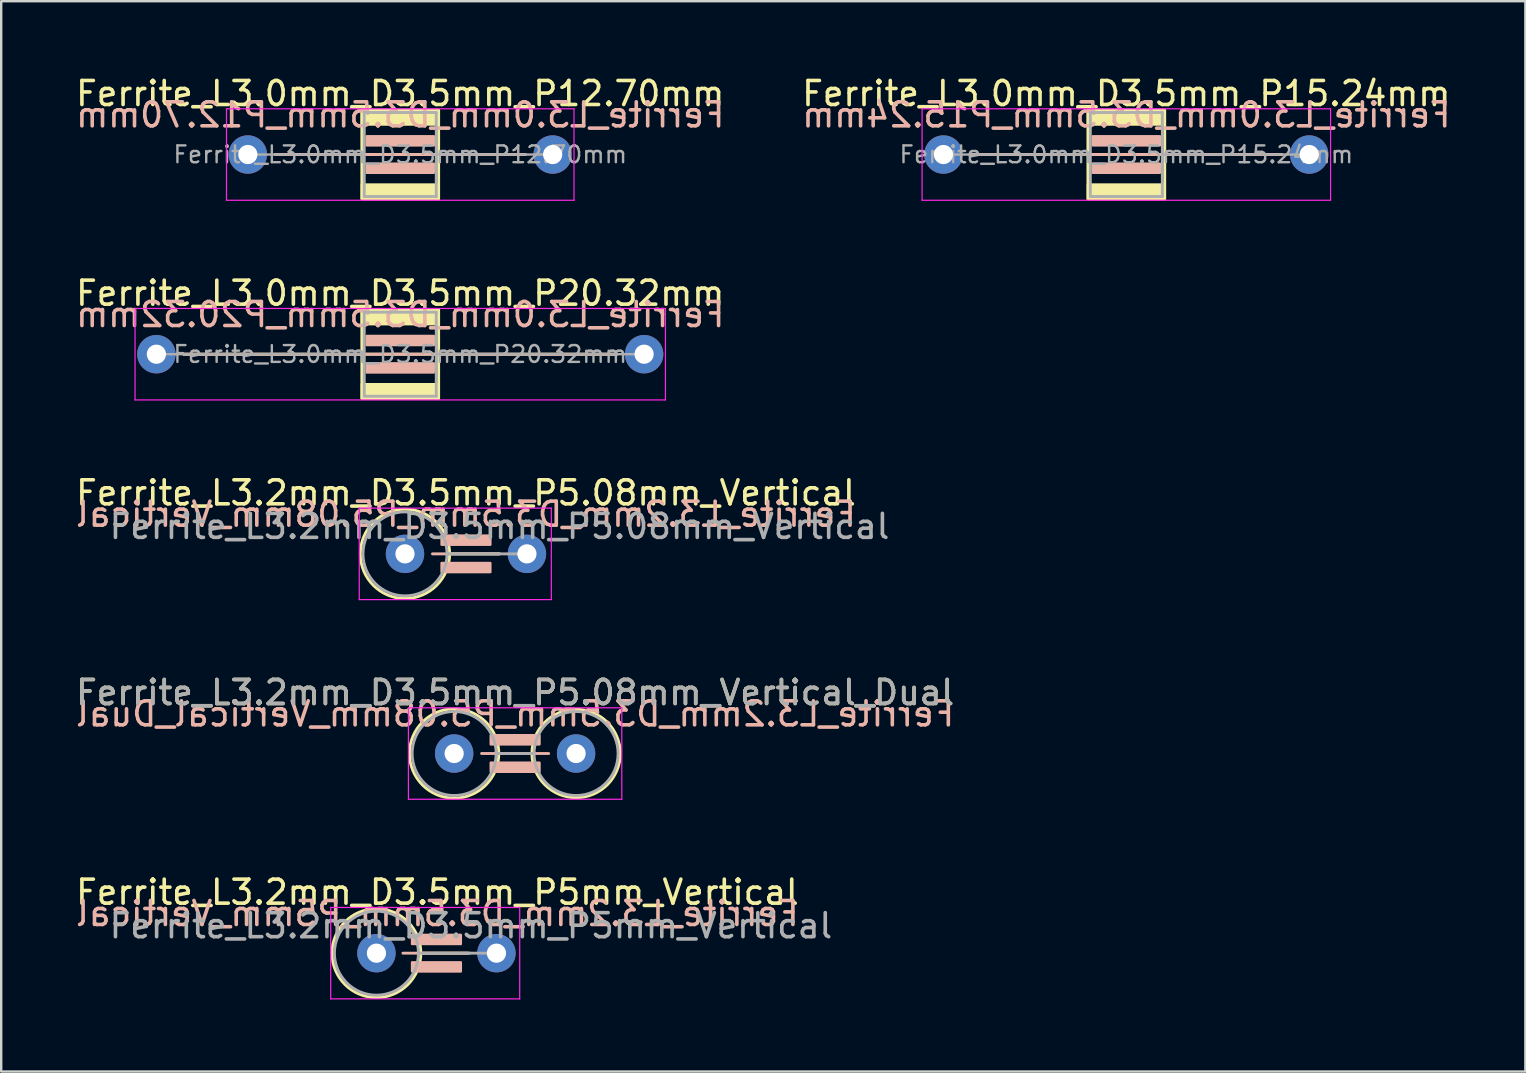
<source format=kicad_pcb>
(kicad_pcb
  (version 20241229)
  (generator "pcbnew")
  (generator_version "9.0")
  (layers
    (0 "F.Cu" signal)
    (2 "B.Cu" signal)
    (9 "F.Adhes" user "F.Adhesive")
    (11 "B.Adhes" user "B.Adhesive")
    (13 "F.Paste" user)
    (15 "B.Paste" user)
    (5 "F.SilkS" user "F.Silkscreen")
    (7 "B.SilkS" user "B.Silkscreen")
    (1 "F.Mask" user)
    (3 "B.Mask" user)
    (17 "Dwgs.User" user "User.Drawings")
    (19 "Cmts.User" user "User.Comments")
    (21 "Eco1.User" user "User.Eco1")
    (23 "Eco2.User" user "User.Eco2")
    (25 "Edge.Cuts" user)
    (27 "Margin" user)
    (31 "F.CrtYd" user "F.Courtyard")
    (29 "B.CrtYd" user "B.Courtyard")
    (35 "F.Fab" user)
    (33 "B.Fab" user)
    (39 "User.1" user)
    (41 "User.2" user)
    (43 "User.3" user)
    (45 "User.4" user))
  (footprint "Ferrite_L3.2mm_D3.5mm_P5.08mm_Vertical"
    (layer "F.Cu")
    (at 13.823 20.025)
    (property "Reference" "Ferrite_L3.2mm_D3.5mm_P5.08mm_Vertical" (at 2.54 -2.54 0) (layer "F.SilkS") (effects (font (size 1 1) (thickness 0.15))))
    (fp_line (start 1.86 0) (end 3.937 0) (stroke (width 0.12) (type solid)) (layer "F.SilkS"))
    (fp_circle (center 0 0) (end -1.86 0) (stroke (width 0.12) (type solid)) (fill no) (layer "F.SilkS"))
    (fp_line (start 3.937 0) (end 1.143 0) (stroke (width 0.12) (type solid)) (layer "B.SilkS"))
    (fp_rect (start 1.524 -0.762) (end 3.556 -0.381) (stroke (width 0.1) (type solid)) (fill yes) (layer "B.SilkS"))
    (fp_rect (start 1.524 0.381) (end 3.556 0.762) (stroke (width 0.1) (type solid)) (fill yes) (layer "B.SilkS"))
    (fp_line (start -1.905 -1.905) (end 6.096 -1.905) (stroke (width 0.05) (type solid)) (layer "F.CrtYd"))
    (fp_line (start -1.905 1.905) (end -1.905 -1.905) (stroke (width 0.05) (type solid)) (layer "F.CrtYd"))
    (fp_line (start 6.096 -1.905) (end 6.096 1.905) (stroke (width 0.05) (type solid)) (layer "F.CrtYd"))
    (fp_line (start 6.096 1.905) (end -1.905 1.905) (stroke (width 0.05) (type solid)) (layer "F.CrtYd"))
    (fp_line (start 1.75 0) (end 5.08 0) (stroke (width 0.12) (type solid)) (layer "F.Fab"))
    (fp_circle (center 0 0) (end -1.75 0) (stroke (width 0.12) (type solid)) (fill no) (layer "F.Fab"))
    (fp_text user "${REFERENCE}" (at 2.54 -1.651 0) (layer "B.SilkS") (effects (font (size 1 1) (thickness 0.15)) (justify mirror)))
    (fp_text user "${REFERENCE}" (at 3.937 -1.143 0) (layer "F.Fab") (effects (font (size 1 1) (thickness 0.15))))
    (pad "1" thru_hole circle (at 0 0) (size 1.6 1.6) (drill 0.8) (layers "*.Cu" "*.Mask"))
    (pad "2" thru_hole circle (at 5.08 0) (size 1.6 1.6) (drill 0.8) (layers "*.Cu" "*.Mask")))
  (footprint "Ferrite_L3.2mm_D3.5mm_P5.08mm_Vertical_Dual"
    (layer "F.Cu")
    (at 15.871 28.343)
    (property "Reference" "Ferrite_L3.2mm_D3.5mm_P5.08mm_Vertical_Dual" (at 2.54 -2.54 0) (layer "F.SilkS") (effects (font (size 1 1) (thickness 0.15))))
    (fp_line (start 1.86 0) (end 3.24 0) (stroke (width 0.12) (type solid)) (layer "F.SilkS"))
    (fp_circle (center 0 0) (end -1.86 0) (stroke (width 0.12) (type solid)) (fill no) (layer "F.SilkS"))
    (fp_circle (center 5.08 0) (end 3.24 0) (stroke (width 0.12) (type solid)) (fill no) (layer "F.SilkS"))
    (fp_line (start 3.937 0) (end 1.143 0) (stroke (width 0.12) (type solid)) (layer "B.SilkS"))
    (fp_rect (start 1.524 -0.762) (end 3.556 -0.381) (stroke (width 0.1) (type solid)) (fill yes) (layer "B.SilkS"))
    (fp_rect (start 1.524 0.381) (end 3.556 0.762) (stroke (width 0.1) (type solid)) (fill yes) (layer "B.SilkS"))
    (fp_line (start -1.905 -1.905) (end 6.985 -1.905) (stroke (width 0.05) (type solid)) (layer "F.CrtYd"))
    (fp_line (start -1.905 1.905) (end -1.905 -1.905) (stroke (width 0.05) (type solid)) (layer "F.CrtYd"))
    (fp_line (start 6.985 -1.905) (end 6.985 1.905) (stroke (width 0.05) (type solid)) (layer "F.CrtYd"))
    (fp_line (start 6.985 1.905) (end -1.905 1.905) (stroke (width 0.05) (type solid)) (layer "F.CrtYd"))
    (fp_line (start 1.75 0) (end 3.33 0) (stroke (width 0.12) (type solid)) (layer "F.Fab"))
    (fp_circle (center 0 0) (end -1.75 0) (stroke (width 0.12) (type solid)) (fill no) (layer "F.Fab"))
    (fp_circle (center 5.08 0) (end 3.33 0) (stroke (width 0.12) (type solid)) (fill no) (layer "F.Fab"))
    (fp_text user "${REFERENCE}" (at 2.54 -1.651 0) (layer "B.SilkS") (effects (font (size 1 1) (thickness 0.15)) (justify mirror)))
    (fp_text user "${REFERENCE}" (at 2.54 -2.539 0) (layer "F.Fab") (effects (font (size 1 1) (thickness 0.15))))
    (pad "1" thru_hole circle (at 0 0) (size 1.6 1.6) (drill 0.8) (layers "*.Cu" "*.Mask"))
    (pad "2" thru_hole circle (at 5.08 0) (size 1.6 1.6) (drill 0.8) (layers "*.Cu" "*.Mask")))
  (footprint "Ferrite_L3.0mm_D3.5mm_P12.70mm"
    (layer "F.Cu")
    (at 7.275 3.388)
    (property "Reference" "Ferrite_L3.0mm_D3.5mm_P12.70mm" (at 6.35 -2.54 0) (layer "F.SilkS") (effects (font (size 1 1) (thickness 0.15))))
    (fp_line (start 11.557 0) (end 1.143 0) (stroke (width 0.12) (type solid)) (layer "F.SilkS"))
    (fp_rect (start 4.75 -1.85) (end 7.95 1.85) (stroke (width 0.12) (type solid)) (fill no) (layer "F.SilkS"))
    (fp_poly (pts (xy 7.95 -1.25) (xy 4.75 -1.25) (xy 4.75 -1.85) (xy 7.95 -1.85)) (stroke (width 0.1) (type solid)) (fill yes) (layer "F.SilkS"))
    (fp_poly (pts (xy 7.95 1.85) (xy 4.75 1.85) (xy 4.75 1.25) (xy 7.95 1.25)) (stroke (width 0.1) (type solid)) (fill yes) (layer "F.SilkS"))
    (fp_line (start 1.143 0) (end 11.557 0) (stroke (width 0.12) (type solid)) (layer "B.SilkS"))
    (fp_rect (start 4.953 -0.762) (end 7.747 -0.381) (stroke (width 0.1) (type solid)) (fill yes) (layer "B.SilkS"))
    (fp_rect (start 4.953 0.381) (end 7.747 0.762) (stroke (width 0.1) (type solid)) (fill yes) (layer "B.SilkS"))
    (fp_line (start -0.889 -1.905) (end 13.589 -1.905) (stroke (width 0.05) (type solid)) (layer "F.CrtYd"))
    (fp_line (start -0.889 1.905) (end -0.889 -1.905) (stroke (width 0.05) (type solid)) (layer "F.CrtYd"))
    (fp_line (start 13.589 -1.905) (end 13.589 1.905) (stroke (width 0.05) (type solid)) (layer "F.CrtYd"))
    (fp_line (start 13.589 1.905) (end -0.889 1.905) (stroke (width 0.05) (type solid)) (layer "F.CrtYd"))
    (fp_line (start 0 0) (end 4.85 0) (stroke (width 0.1) (type solid)) (layer "F.Fab"))
    (fp_line (start 4.85 -1.75) (end 4.85 1.75) (stroke (width 0.12) (type solid)) (layer "F.Fab"))
    (fp_line (start 4.85 1.75) (end 7.85 1.75) (stroke (width 0.12) (type solid)) (layer "F.Fab"))
    (fp_line (start 7.85 -1.75) (end 4.85 -1.75) (stroke (width 0.12) (type solid)) (layer "F.Fab"))
    (fp_line (start 7.85 1.75) (end 7.85 -1.75) (stroke (width 0.12) (type solid)) (layer "F.Fab"))
    (fp_line (start 12.7 0) (end 7.85 0) (stroke (width 0.1) (type solid)) (layer "F.Fab"))
    (fp_text user "${REFERENCE}" (at 6.35 -1.651 0) (layer "B.SilkS") (effects (font (size 1 1) (thickness 0.15)) (justify mirror)))
    (fp_text user "${REFERENCE}" (at 6.35 0 0) (layer "F.Fab") (effects (font (size 0.7 0.7) (thickness 0.1))))
    (pad "1" thru_hole circle (at 0 0) (size 1.6 1.6) (drill 0.8) (layers "*.Cu" "*.Mask"))
    (pad "2" thru_hole circle (at 12.7 0) (size 1.6 1.6) (drill 0.8) (layers "*.Cu" "*.Mask")))
  (footprint "Ferrite_L3.2mm_D3.5mm_P5mm_Vertical"
    (layer "F.Cu")
    (at 12.633 36.661)
    (property "Reference" "Ferrite_L3.2mm_D3.5mm_P5mm_Vertical" (at 2.54 -2.54 0) (layer "F.SilkS") (effects (font (size 1 1) (thickness 0.15))))
    (fp_line (start 1.85 0) (end 3.81 0) (stroke (width 0.12) (type solid)) (layer "F.SilkS"))
    (fp_circle (center 0 0) (end -1.85 0) (stroke (width 0.12) (type solid)) (fill no) (layer "F.SilkS"))
    (fp_line (start 3.897 0) (end 1.103 0) (stroke (width 0.12) (type solid)) (layer "B.SilkS"))
    (fp_rect (start 1.484 -0.762) (end 3.516 -0.381) (stroke (width 0.1) (type solid)) (fill yes) (layer "B.SilkS"))
    (fp_rect (start 1.484 0.381) (end 3.516 0.762) (stroke (width 0.1) (type solid)) (fill yes) (layer "B.SilkS"))
    (fp_line (start -1.905 -1.905) (end 5.969 -1.905) (stroke (width 0.05) (type solid)) (layer "F.CrtYd"))
    (fp_line (start -1.905 1.905) (end -1.905 -1.905) (stroke (width 0.05) (type solid)) (layer "F.CrtYd"))
    (fp_line (start 5.969 -1.905) (end 5.969 1.905) (stroke (width 0.05) (type solid)) (layer "F.CrtYd"))
    (fp_line (start 5.969 1.905) (end -1.905 1.905) (stroke (width 0.05) (type solid)) (layer "F.CrtYd"))
    (fp_line (start 1.75 0) (end 5 0) (stroke (width 0.12) (type solid)) (layer "F.Fab"))
    (fp_circle (center 0 0) (end -1.75 0) (stroke (width 0.12) (type solid)) (fill no) (layer "F.Fab"))
    (fp_text user "${REFERENCE}" (at 2.54 -1.651 0) (layer "B.SilkS") (effects (font (size 1 1) (thickness 0.15)) (justify mirror)))
    (fp_text user "${REFERENCE}" (at 3.937 -1.143 0) (layer "F.Fab") (effects (font (size 1 1) (thickness 0.15))))
    (pad "1" thru_hole circle (at 0 0) (size 1.6 1.6) (drill 0.8) (layers "*.Cu" "*.Mask"))
    (pad "2" thru_hole circle (at 5 0) (size 1.6 1.6) (drill 0.8) (layers "*.Cu" "*.Mask")))
  (footprint "Ferrite_L3.0mm_D3.5mm_P15.24mm"
    (layer "F.Cu")
    (at 36.255 3.388)
    (property "Reference" "Ferrite_L3.0mm_D3.5mm_P15.24mm" (at 7.62 -2.54 0) (layer "F.SilkS") (effects (font (size 1 1) (thickness 0.15))))
    (fp_line (start 14.097 0) (end 1.143 0) (stroke (width 0.12) (type solid)) (layer "F.SilkS"))
    (fp_rect (start 6.02 -1.85) (end 9.22 1.85) (stroke (width 0.12) (type solid)) (fill no) (layer "F.SilkS"))
    (fp_poly (pts (xy 9.22 -1.25) (xy 6.02 -1.25) (xy 6.02 -1.85) (xy 9.22 -1.85)) (stroke (width 0.1) (type solid)) (fill yes) (layer "F.SilkS"))
    (fp_poly (pts (xy 9.22 1.85) (xy 6.02 1.85) (xy 6.02 1.25) (xy 9.22 1.25)) (stroke (width 0.1) (type solid)) (fill yes) (layer "F.SilkS"))
    (fp_line (start 1.143 0) (end 14.097 0) (stroke (width 0.12) (type solid)) (layer "B.SilkS"))
    (fp_rect (start 6.223 -0.762) (end 9.017 -0.381) (stroke (width 0.1) (type solid)) (fill yes) (layer "B.SilkS"))
    (fp_rect (start 6.223 0.381) (end 9.017 0.762) (stroke (width 0.1) (type solid)) (fill yes) (layer "B.SilkS"))
    (fp_line (start -0.889 -1.905) (end 16.129 -1.905) (stroke (width 0.05) (type solid)) (layer "F.CrtYd"))
    (fp_line (start -0.889 1.905) (end -0.889 -1.905) (stroke (width 0.05) (type solid)) (layer "F.CrtYd"))
    (fp_line (start 16.129 -1.905) (end 16.129 1.905) (stroke (width 0.05) (type solid)) (layer "F.CrtYd"))
    (fp_line (start 16.129 1.905) (end -0.889 1.905) (stroke (width 0.05) (type solid)) (layer "F.CrtYd"))
    (fp_line (start 0 0) (end 6.12 0) (stroke (width 0.1) (type solid)) (layer "F.Fab"))
    (fp_line (start 6.12 -1.75) (end 6.12 1.75) (stroke (width 0.12) (type solid)) (layer "F.Fab"))
    (fp_line (start 6.12 1.75) (end 9.12 1.75) (stroke (width 0.12) (type solid)) (layer "F.Fab"))
    (fp_line (start 9.12 -1.75) (end 6.12 -1.75) (stroke (width 0.12) (type solid)) (layer "F.Fab"))
    (fp_line (start 9.12 1.75) (end 9.12 -1.75) (stroke (width 0.12) (type solid)) (layer "F.Fab"))
    (fp_line (start 15.24 0) (end 9.12 0) (stroke (width 0.1) (type solid)) (layer "F.Fab"))
    (fp_text user "${REFERENCE}" (at 7.62 -1.651 0) (layer "B.SilkS") (effects (font (size 1 1) (thickness 0.15)) (justify mirror)))
    (fp_text user "${REFERENCE}" (at 7.62 0 0) (layer "F.Fab") (effects (font (size 0.7 0.7) (thickness 0.1))))
    (pad "1" thru_hole circle (at 0 0) (size 1.6 1.6) (drill 0.8) (layers "*.Cu" "*.Mask"))
    (pad "2" thru_hole circle (at 15.24 0) (size 1.6 1.6) (drill 0.8) (layers "*.Cu" "*.Mask")))
  (footprint "Ferrite_L3.0mm_D3.5mm_P20.32mm"
    (layer "F.Cu")
    (at 3.465 11.707)
    (property "Reference" "Ferrite_L3.0mm_D3.5mm_P20.32mm" (at 10.16 -2.54 0) (layer "F.SilkS") (effects (font (size 1 1) (thickness 0.15))))
    (fp_line (start 19.177 0) (end 1.143 0) (stroke (width 0.12) (type solid)) (layer "F.SilkS"))
    (fp_rect (start 8.56 -1.85) (end 11.76 1.85) (stroke (width 0.12) (type solid)) (fill no) (layer "F.SilkS"))
    (fp_poly (pts (xy 11.76 -1.25) (xy 8.56 -1.25) (xy 8.56 -1.85) (xy 11.76 -1.85)) (stroke (width 0.1) (type solid)) (fill yes) (layer "F.SilkS"))
    (fp_poly (pts (xy 11.76 1.85) (xy 8.56 1.85) (xy 8.56 1.25) (xy 11.76 1.25)) (stroke (width 0.1) (type solid)) (fill yes) (layer "F.SilkS"))
    (fp_line (start 1.143 0) (end 19.177 0) (stroke (width 0.12) (type solid)) (layer "B.SilkS"))
    (fp_rect (start 8.763 -0.762) (end 11.557 -0.381) (stroke (width 0.1) (type solid)) (fill yes) (layer "B.SilkS"))
    (fp_rect (start 8.763 0.381) (end 11.557 0.762) (stroke (width 0.1) (type solid)) (fill yes) (layer "B.SilkS"))
    (fp_line (start -0.889 -1.905) (end 21.209 -1.905) (stroke (width 0.05) (type solid)) (layer "F.CrtYd"))
    (fp_line (start -0.889 1.905) (end -0.889 -1.905) (stroke (width 0.05) (type solid)) (layer "F.CrtYd"))
    (fp_line (start 21.209 -1.905) (end 21.209 1.905) (stroke (width 0.05) (type solid)) (layer "F.CrtYd"))
    (fp_line (start 21.209 1.905) (end -0.889 1.905) (stroke (width 0.05) (type solid)) (layer "F.CrtYd"))
    (fp_line (start 0 0) (end 8.66 0) (stroke (width 0.1) (type solid)) (layer "F.Fab"))
    (fp_line (start 8.66 -1.75) (end 8.66 1.75) (stroke (width 0.12) (type solid)) (layer "F.Fab"))
    (fp_line (start 8.66 1.75) (end 11.66 1.75) (stroke (width 0.12) (type solid)) (layer "F.Fab"))
    (fp_line (start 11.66 -1.75) (end 8.66 -1.75) (stroke (width 0.12) (type solid)) (layer "F.Fab"))
    (fp_line (start 11.66 1.75) (end 11.66 -1.75) (stroke (width 0.12) (type solid)) (layer "F.Fab"))
    (fp_line (start 20.32 0) (end 11.66 0) (stroke (width 0.1) (type solid)) (layer "F.Fab"))
    (fp_text user "${REFERENCE}" (at 10.16 -1.651 0) (layer "B.SilkS") (effects (font (size 1 1) (thickness 0.15)) (justify mirror)))
    (fp_text user "${REFERENCE}" (at 10.16 0 0) (layer "F.Fab") (effects (font (size 0.7 0.7) (thickness 0.1))))
    (pad "1" thru_hole circle (at 0 0) (size 1.6 1.6) (drill 0.8) (layers "*.Cu" "*.Mask"))
    (pad "2" thru_hole circle (at 20.32 0) (size 1.6 1.6) (drill 0.8) (layers "*.Cu" "*.Mask")))
  (gr_rect
    (start -3 -3)
    (end 60.5 41.591)
    (stroke (width 0.1) (type default))
    (fill no)
    (layer "Edge.Cuts")))
</source>
